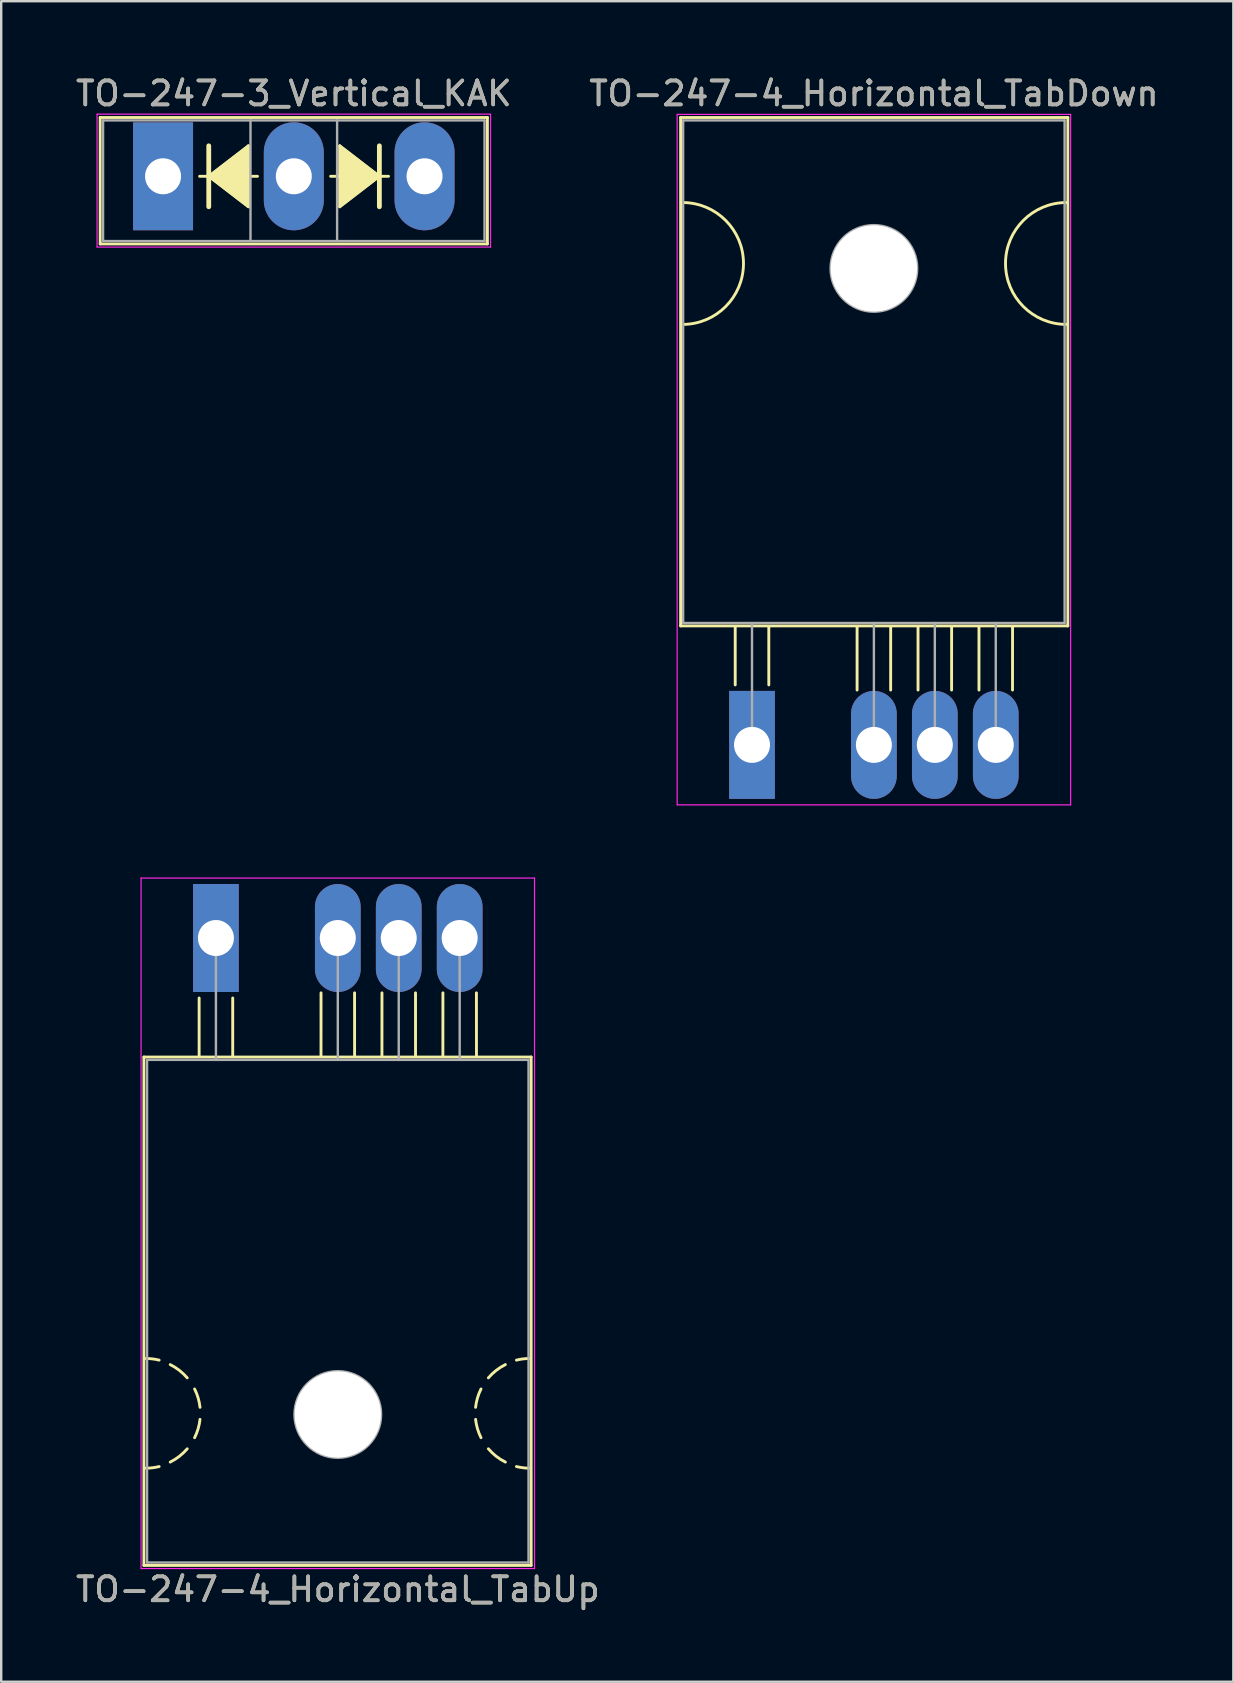
<source format=kicad_pcb>
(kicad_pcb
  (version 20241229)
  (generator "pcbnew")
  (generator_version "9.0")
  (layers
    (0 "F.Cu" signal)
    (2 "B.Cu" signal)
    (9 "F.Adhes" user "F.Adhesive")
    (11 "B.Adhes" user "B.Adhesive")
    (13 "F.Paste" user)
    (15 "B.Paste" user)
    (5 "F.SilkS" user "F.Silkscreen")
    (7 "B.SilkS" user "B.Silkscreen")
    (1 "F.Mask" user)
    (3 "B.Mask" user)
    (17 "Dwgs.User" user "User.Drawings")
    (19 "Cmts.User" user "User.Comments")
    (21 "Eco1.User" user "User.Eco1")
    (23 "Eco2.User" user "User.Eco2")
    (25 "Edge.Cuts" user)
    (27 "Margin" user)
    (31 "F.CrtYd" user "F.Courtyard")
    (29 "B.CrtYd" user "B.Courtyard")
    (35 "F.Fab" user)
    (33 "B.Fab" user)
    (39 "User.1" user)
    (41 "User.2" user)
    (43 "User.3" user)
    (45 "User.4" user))
  (footprint "TO-247-4_Horizontal_TabDown"
    (layer "F.Cu")
    (at 28.295 27.998)
    (property "Reference" "TO-247-4_Horizontal_TabDown" (at 5.08 -27.15 0) (layer "F.SilkS") (effects (font (size 1 1) (thickness 0.15))))
    (attr through_hole)
    (fp_line (start -2.976 -26.15) (end -2.976 -4.96) (stroke (width 0.12) (type solid)) (layer "F.SilkS"))
    (fp_line (start -2.976 -26.15) (end 13.164 -26.15) (stroke (width 0.12) (type solid)) (layer "F.SilkS"))
    (fp_line (start -2.976 -4.96) (end 13.164 -4.96) (stroke (width 0.12) (type solid)) (layer "F.SilkS"))
    (fp_line (start -0.7 -4.9) (end -0.7 -2.5) (stroke (width 0.12) (type solid)) (layer "F.SilkS"))
    (fp_line (start 0.7 -2.5) (end 0.7 -4.9) (stroke (width 0.12) (type solid)) (layer "F.SilkS"))
    (fp_line (start 4.38 -4.9) (end 4.38 -2.286) (stroke (width 0.12) (type solid)) (layer "F.SilkS"))
    (fp_line (start 5.779 -2.286) (end 5.78 -4.9) (stroke (width 0.12) (type solid)) (layer "F.SilkS"))
    (fp_line (start 6.92 -4.9) (end 6.92 -2.286) (stroke (width 0.12) (type solid)) (layer "F.SilkS"))
    (fp_line (start 8.319 -2.286) (end 8.32 -4.9) (stroke (width 0.12) (type solid)) (layer "F.SilkS"))
    (fp_line (start 9.46 -4.9) (end 9.46 -2.286) (stroke (width 0.12) (type solid)) (layer "F.SilkS"))
    (fp_line (start 10.858 -2.286) (end 10.86 -4.9) (stroke (width 0.12) (type solid)) (layer "F.SilkS"))
    (fp_line (start 13.164 -26.15) (end 13.164 -4.96) (stroke (width 0.12) (type solid)) (layer "F.SilkS"))
    (fp_arc (start -2.8956 -22.606) (mid -0.3556 -20.066) (end -2.8956 -17.526) (stroke (width 0.12) (type solid)) (layer "F.SilkS"))
    (fp_arc (start 13.1064 -17.526) (mid 10.5664 -20.066) (end 13.1064 -22.606) (stroke (width 0.12) (type solid)) (layer "F.SilkS"))
    (fp_line (start -3.12 -26.28) (end -3.12 2.5) (stroke (width 0.05) (type solid)) (layer "F.CrtYd"))
    (fp_line (start -3.12 2.5) (end 13.28 2.5) (stroke (width 0.05) (type solid)) (layer "F.CrtYd"))
    (fp_line (start 13.28 -26.28) (end -3.12 -26.28) (stroke (width 0.05) (type solid)) (layer "F.CrtYd"))
    (fp_line (start 13.28 2.5) (end 13.28 -26.28) (stroke (width 0.05) (type solid)) (layer "F.CrtYd"))
    (fp_line (start -2.87 -26.03) (end 13.03 -26.03) (stroke (width 0.1) (type solid)) (layer "F.Fab"))
    (fp_line (start -2.87 -5.08) (end -2.87 -26.03) (stroke (width 0.1) (type solid)) (layer "F.Fab"))
    (fp_line (start 0 -5.08) (end 0 0) (stroke (width 0.1) (type solid)) (layer "F.Fab"))
    (fp_line (start 5.08 -5.08) (end 5.08 0) (stroke (width 0.1) (type solid)) (layer "F.Fab"))
    (fp_line (start 7.62 -5.08) (end 7.62 0) (stroke (width 0.1) (type solid)) (layer "F.Fab"))
    (fp_line (start 10.16 -5.08) (end 10.16 0) (stroke (width 0.1) (type solid)) (layer "F.Fab"))
    (fp_line (start 13.03 -26.03) (end 13.03 -5.08) (stroke (width 0.1) (type solid)) (layer "F.Fab"))
    (fp_line (start 13.03 -5.08) (end -2.87 -5.08) (stroke (width 0.1) (type solid)) (layer "F.Fab"))
    (fp_circle (center 5.08 -19.86) (end 6.885 -19.86) (stroke (width 0.1) (type solid)) (fill no) (layer "F.Fab"))
    (fp_text user "${REFERENCE}" (at 5.08 -27.15 0) (layer "F.Fab") (effects (font (size 1 1) (thickness 0.15))))
    (pad "" np_thru_hole oval (at 5.08 -19.86) (size 3.6 3.6) (drill 3.6) (layers "*.Cu" "*.Mask"))
    (pad "1" thru_hole rect (at 0 0) (size 1.905 4.5) (drill 1.5) (layers "*.Cu" "*.Mask"))
    (pad "2" thru_hole oval (at 5.08 0) (size 1.905 4.5) (drill 1.5) (layers "*.Cu" "*.Mask"))
    (pad "3" thru_hole oval (at 7.62 0) (size 1.905 4.5) (drill 1.5) (layers "*.Cu" "*.Mask"))
    (pad "4" thru_hole oval (at 10.16 0) (size 1.905 4.5) (drill 1.5) (layers "*.Cu" "*.Mask")))
  (footprint "TO-247-4_Horizontal_TabUp"
    (layer "F.Cu")
    (at 5.95 36.048)
    (property "Reference" "TO-247-4_Horizontal_TabUp" (at 5.08 27.15 0) (layer "F.SilkS") (effects (font (size 1 1) (thickness 0.15))))
    (attr through_hole)
    (fp_line (start -3.001 4.96) (end -3.001 26.15) (stroke (width 0.12) (type solid)) (layer "F.SilkS"))
    (fp_line (start -3.001 4.96) (end 13.139 4.96) (stroke (width 0.12) (type solid)) (layer "F.SilkS"))
    (fp_line (start -3.001 26.15) (end 13.139 26.15) (stroke (width 0.12) (type solid)) (layer "F.SilkS"))
    (fp_line (start -0.7 4.9) (end -0.7 2.5) (stroke (width 0.12) (type solid)) (layer "F.SilkS"))
    (fp_line (start 0.7 2.5) (end 0.7 4.9) (stroke (width 0.12) (type solid)) (layer "F.SilkS"))
    (fp_line (start 4.38 4.9) (end 4.381 2.286) (stroke (width 0.12) (type solid)) (layer "F.SilkS"))
    (fp_line (start 5.779 2.286) (end 5.78 4.9) (stroke (width 0.12) (type solid)) (layer "F.SilkS"))
    (fp_line (start 6.92 4.9) (end 6.921 2.286) (stroke (width 0.12) (type solid)) (layer "F.SilkS"))
    (fp_line (start 8.319 2.286) (end 8.32 4.9) (stroke (width 0.12) (type solid)) (layer "F.SilkS"))
    (fp_line (start 9.46 4.9) (end 9.461 2.286) (stroke (width 0.12) (type solid)) (layer "F.SilkS"))
    (fp_line (start 10.858 2.286) (end 10.86 4.9) (stroke (width 0.12) (type solid)) (layer "F.SilkS"))
    (fp_line (start 13.139 4.96) (end 13.139 26.15) (stroke (width 0.12) (type solid)) (layer "F.SilkS"))
    (fp_arc (start -2.921 17.526) (mid -2.641689 17.543128) (end -2.366564 17.594254) (stroke (width 0.12) (type solid)) (layer "F.SilkS"))
    (fp_arc (start -2.366564 22.029746) (mid -2.641689 22.080872) (end -2.921 22.098) (stroke (width 0.12) (type solid)) (layer "F.SilkS"))
    (fp_arc (start -1.905001 17.780001) (mid -1.52288 18.02132) (end -1.196088 18.333504) (stroke (width 0.12) (type solid)) (layer "F.SilkS"))
    (fp_arc (start -1.196087 21.290497) (mid -1.522879 21.60268) (end -1.905 21.844) (stroke (width 0.12) (type solid)) (layer "F.SilkS"))
    (fp_arc (start -0.889001 18.796001) (mid -0.742178 19.168563) (end -0.663051 19.561117) (stroke (width 0.12) (type solid)) (layer "F.SilkS"))
    (fp_arc (start -0.663051 20.062883) (mid -0.742178 20.455437) (end -0.889001 20.827999) (stroke (width 0.12) (type solid)) (layer "F.SilkS"))
    (fp_arc (start 10.823051 19.561117) (mid 10.902178 19.168563) (end 11.049001 18.796001) (stroke (width 0.12) (type solid)) (layer "F.SilkS"))
    (fp_arc (start 11.049001 20.827999) (mid 10.902178 20.455437) (end 10.823051 20.062883) (stroke (width 0.12) (type solid)) (layer "F.SilkS"))
    (fp_arc (start 11.356087 18.333503) (mid 11.682879 18.02132) (end 12.065 17.78) (stroke (width 0.12) (type solid)) (layer "F.SilkS"))
    (fp_arc (start 12.065001 21.843999) (mid 11.68288 21.60268) (end 11.356088 21.290496) (stroke (width 0.12) (type solid)) (layer "F.SilkS"))
    (fp_arc (start 12.526564 17.594254) (mid 12.801689 17.543128) (end 13.081 17.526) (stroke (width 0.12) (type solid)) (layer "F.SilkS"))
    (fp_arc (start 13.081 22.098) (mid 12.801689 22.080872) (end 12.526564 22.029746) (stroke (width 0.12) (type solid)) (layer "F.SilkS"))
    (fp_line (start -3.12 -2.5) (end -3.12 26.28) (stroke (width 0.05) (type solid)) (layer "F.CrtYd"))
    (fp_line (start -3.12 26.28) (end 13.28 26.28) (stroke (width 0.05) (type solid)) (layer "F.CrtYd"))
    (fp_line (start 13.28 -2.5) (end -3.12 -2.5) (stroke (width 0.05) (type solid)) (layer "F.CrtYd"))
    (fp_line (start 13.28 26.28) (end 13.28 -2.5) (stroke (width 0.05) (type solid)) (layer "F.CrtYd"))
    (fp_line (start -2.87 5.08) (end -2.87 26.03) (stroke (width 0.1) (type solid)) (layer "F.Fab"))
    (fp_line (start -2.87 26.03) (end 13.03 26.03) (stroke (width 0.1) (type solid)) (layer "F.Fab"))
    (fp_line (start 0 5.08) (end 0 0) (stroke (width 0.1) (type solid)) (layer "F.Fab"))
    (fp_line (start 5.08 5.08) (end 5.08 0) (stroke (width 0.1) (type solid)) (layer "F.Fab"))
    (fp_line (start 7.62 5.08) (end 7.62 0) (stroke (width 0.1) (type solid)) (layer "F.Fab"))
    (fp_line (start 10.16 5.08) (end 10.16 0) (stroke (width 0.1) (type solid)) (layer "F.Fab"))
    (fp_line (start 13.03 5.08) (end -2.87 5.08) (stroke (width 0.1) (type solid)) (layer "F.Fab"))
    (fp_line (start 13.03 26.03) (end 13.03 5.08) (stroke (width 0.1) (type solid)) (layer "F.Fab"))
    (fp_circle (center 5.08 19.86) (end 6.885 19.86) (stroke (width 0.1) (type solid)) (fill no) (layer "F.Fab"))
    (fp_text user "${REFERENCE}" (at 5.08 27.15 0) (layer "F.Fab") (effects (font (size 1 1) (thickness 0.15))))
    (pad "" np_thru_hole oval (at 5.08 19.86) (size 3.6 3.6) (drill 3.6) (layers "*.Cu" "*.Mask"))
    (pad "1" thru_hole rect (at 0 0) (size 1.905 4.5) (drill 1.5) (layers "*.Cu" "*.Mask"))
    (pad "2" thru_hole oval (at 5.08 0) (size 1.905 4.5) (drill 1.5) (layers "*.Cu" "*.Mask"))
    (pad "3" thru_hole oval (at 7.62 0) (size 1.905 4.5) (drill 1.5) (layers "*.Cu" "*.Mask"))
    (pad "4" thru_hole oval (at 10.16 0) (size 1.905 4.5) (drill 1.5) (layers "*.Cu" "*.Mask")))
  (footprint "TO-247-3_Vertical_KAK"
    (layer "F.Cu")
    (at 3.746 4.298)
    (property "Reference" "TO-247-3_Vertical_KAK" (at 5.45 -3.45 0) (layer "F.SilkS") (effects (font (size 1 1) (thickness 0.15))))
    (attr through_hole)
    (fp_line (start -2.62 -2.451) (end -2.62 2.82) (stroke (width 0.12) (type solid)) (layer "F.SilkS"))
    (fp_line (start -2.62 -2.451) (end 13.52 -2.451) (stroke (width 0.12) (type solid)) (layer "F.SilkS"))
    (fp_line (start -2.62 2.82) (end 13.52 2.82) (stroke (width 0.12) (type solid)) (layer "F.SilkS"))
    (fp_line (start 1.524 0) (end 1.905 0) (stroke (width 0.12) (type solid)) (layer "F.SilkS"))
    (fp_line (start 1.905 -1.27) (end 1.905 0) (stroke (width 0.2) (type solid)) (layer "F.SilkS"))
    (fp_line (start 1.905 0) (end 1.905 1.27) (stroke (width 0.2) (type solid)) (layer "F.SilkS"))
    (fp_line (start 1.905 0) (end 3.556 1.27) (stroke (width 0.12) (type solid)) (layer "F.SilkS"))
    (fp_line (start 3.556 -1.27) (end 1.905 0) (stroke (width 0.12) (type solid)) (layer "F.SilkS"))
    (fp_line (start 3.556 1.27) (end 3.556 -1.27) (stroke (width 0.12) (type solid)) (layer "F.SilkS"))
    (fp_line (start 3.937 0) (end 3.556 0) (stroke (width 0.12) (type solid)) (layer "F.SilkS"))
    (fp_line (start 6.985 0) (end 7.366 0) (stroke (width 0.12) (type solid)) (layer "F.SilkS"))
    (fp_line (start 7.366 -1.27) (end 7.366 1.27) (stroke (width 0.12) (type solid)) (layer "F.SilkS"))
    (fp_line (start 7.366 1.27) (end 9.017 0) (stroke (width 0.12) (type solid)) (layer "F.SilkS"))
    (fp_line (start 9.017 0) (end 7.366 -1.27) (stroke (width 0.12) (type solid)) (layer "F.SilkS"))
    (fp_line (start 9.017 0) (end 9.017 -1.27) (stroke (width 0.2) (type solid)) (layer "F.SilkS"))
    (fp_line (start 9.017 1.27) (end 9.017 0) (stroke (width 0.2) (type solid)) (layer "F.SilkS"))
    (fp_line (start 9.398 0) (end 9.017 0) (stroke (width 0.12) (type solid)) (layer "F.SilkS"))
    (fp_line (start 13.52 -2.451) (end 13.52 2.82) (stroke (width 0.12) (type solid)) (layer "F.SilkS"))
    (fp_poly (pts (xy 3.556 1.27) (xy 1.905 0) (xy 3.556 -1.27)) (stroke (width 0.1) (type solid)) (fill yes) (layer "F.SilkS"))
    (fp_poly (pts (xy 9.017 0) (xy 7.366 1.27) (xy 7.366 -1.27)) (stroke (width 0.1) (type solid)) (fill yes) (layer "F.SilkS"))
    (fp_line (start -2.75 -2.59) (end -2.75 2.95) (stroke (width 0.05) (type solid)) (layer "F.CrtYd"))
    (fp_line (start -2.75 2.95) (end 13.65 2.95) (stroke (width 0.05) (type solid)) (layer "F.CrtYd"))
    (fp_line (start 13.65 -2.59) (end -2.75 -2.59) (stroke (width 0.05) (type solid)) (layer "F.CrtYd"))
    (fp_line (start 13.65 2.95) (end 13.65 -2.59) (stroke (width 0.05) (type solid)) (layer "F.CrtYd"))
    (fp_line (start -2.5 -2.33) (end -2.5 2.7) (stroke (width 0.1) (type solid)) (layer "F.Fab"))
    (fp_line (start -2.5 2.7) (end 13.4 2.7) (stroke (width 0.1) (type solid)) (layer "F.Fab"))
    (fp_line (start 3.645 -2.33) (end 3.645 2.7) (stroke (width 0.1) (type solid)) (layer "F.Fab"))
    (fp_line (start 7.255 -2.33) (end 7.255 2.7) (stroke (width 0.1) (type solid)) (layer "F.Fab"))
    (fp_line (start 13.4 -2.33) (end -2.5 -2.33) (stroke (width 0.1) (type solid)) (layer "F.Fab"))
    (fp_line (start 13.4 2.7) (end 13.4 -2.33) (stroke (width 0.1) (type solid)) (layer "F.Fab"))
    (fp_text user "${REFERENCE}" (at 5.45 -3.45 0) (layer "F.Fab") (effects (font (size 1 1) (thickness 0.15))))
    (pad "1" thru_hole rect (at 0 0) (size 2.5 4.5) (drill 1.5) (layers "*.Cu" "*.Mask"))
    (pad "2" thru_hole oval (at 5.45 0) (size 2.5 4.5) (drill 1.5) (layers "*.Cu" "*.Mask"))
    (pad "3" thru_hole oval (at 10.9 0) (size 2.5 4.5) (drill 1.5) (layers "*.Cu" "*.Mask")))
  (gr_rect
    (start -3 -3)
    (end 48.357 67.046)
    (stroke (width 0.1) (type default))
    (fill no)
    (layer "Edge.Cuts")))
</source>
